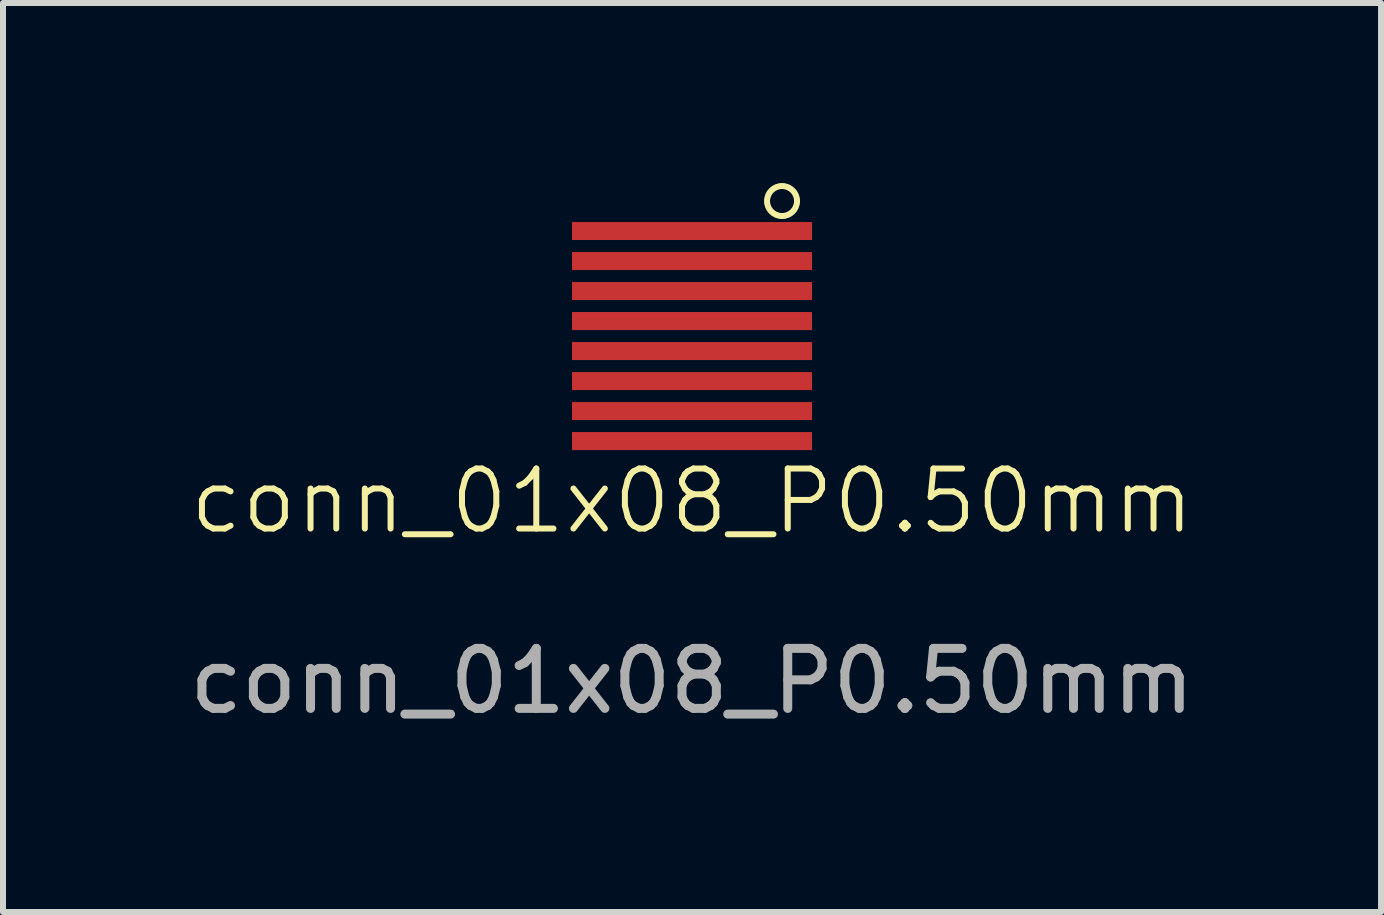
<source format=kicad_pcb>
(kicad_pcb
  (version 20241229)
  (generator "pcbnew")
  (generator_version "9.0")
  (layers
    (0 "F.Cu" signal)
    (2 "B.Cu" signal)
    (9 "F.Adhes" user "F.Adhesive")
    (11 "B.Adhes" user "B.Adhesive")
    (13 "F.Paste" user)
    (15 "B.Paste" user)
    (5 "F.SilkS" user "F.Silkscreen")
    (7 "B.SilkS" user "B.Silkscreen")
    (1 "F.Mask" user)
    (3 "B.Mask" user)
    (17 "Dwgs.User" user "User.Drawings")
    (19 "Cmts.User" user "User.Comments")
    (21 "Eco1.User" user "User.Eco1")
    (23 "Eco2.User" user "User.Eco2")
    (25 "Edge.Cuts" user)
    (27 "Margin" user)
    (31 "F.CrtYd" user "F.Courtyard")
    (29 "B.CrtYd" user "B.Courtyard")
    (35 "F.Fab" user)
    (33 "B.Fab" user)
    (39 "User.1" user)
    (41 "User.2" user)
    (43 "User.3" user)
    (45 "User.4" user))
  (footprint "conn_01x08_P0.50mm"
    (layer "F.Cu")
    (at 8.482 2.55)
    (property "Reference" "conn_01x08_P0.50mm" (at 0 2.75 0) (unlocked yes) (layer "F.SilkS") (effects (font (size 1 1) (thickness 0.1))))
    (attr smd)
    (fp_circle (center 1.5 -2.25) (end 1.75 -2.25) (stroke (width 0.1) (type default)) (fill no) (layer "F.SilkS"))
    (fp_text user "${REFERENCE}" (at 0 5.75 0) (unlocked yes) (layer "F.Fab") (effects (font (size 1 1) (thickness 0.15))))
    (pad "1" smd rect (at 0 -1.75 270) (size 0.3 4) (layers "F.Cu" "F.Mask" "F.Paste"))
    (pad "2" smd rect (at 0 -1.25 270) (size 0.3 4) (layers "F.Cu" "F.Mask" "F.Paste"))
    (pad "3" smd rect (at 0 -0.75 270) (size 0.3 4) (layers "F.Cu" "F.Mask" "F.Paste"))
    (pad "4" smd rect (at 0 -0.25 270) (size 0.3 4) (layers "F.Cu" "F.Mask" "F.Paste"))
    (pad "5" smd rect (at 0 0.25 270) (size 0.3 4) (layers "F.Cu" "F.Mask" "F.Paste"))
    (pad "6" smd rect (at 0 0.75 270) (size 0.3 4) (layers "F.Cu" "F.Mask" "F.Paste"))
    (pad "7" smd rect (at 0 1.25 270) (size 0.3 4) (layers "F.Cu" "F.Mask" "F.Paste"))
    (pad "8" smd rect (at 0 1.75 270) (size 0.3 4) (layers "F.Cu" "F.Mask" "F.Paste")))
  (gr_rect
    (start -3 -3)
    (end 19.964 12.148)
    (stroke (width 0.1) (type default))
    (fill no)
    (layer "Edge.Cuts")))
</source>
